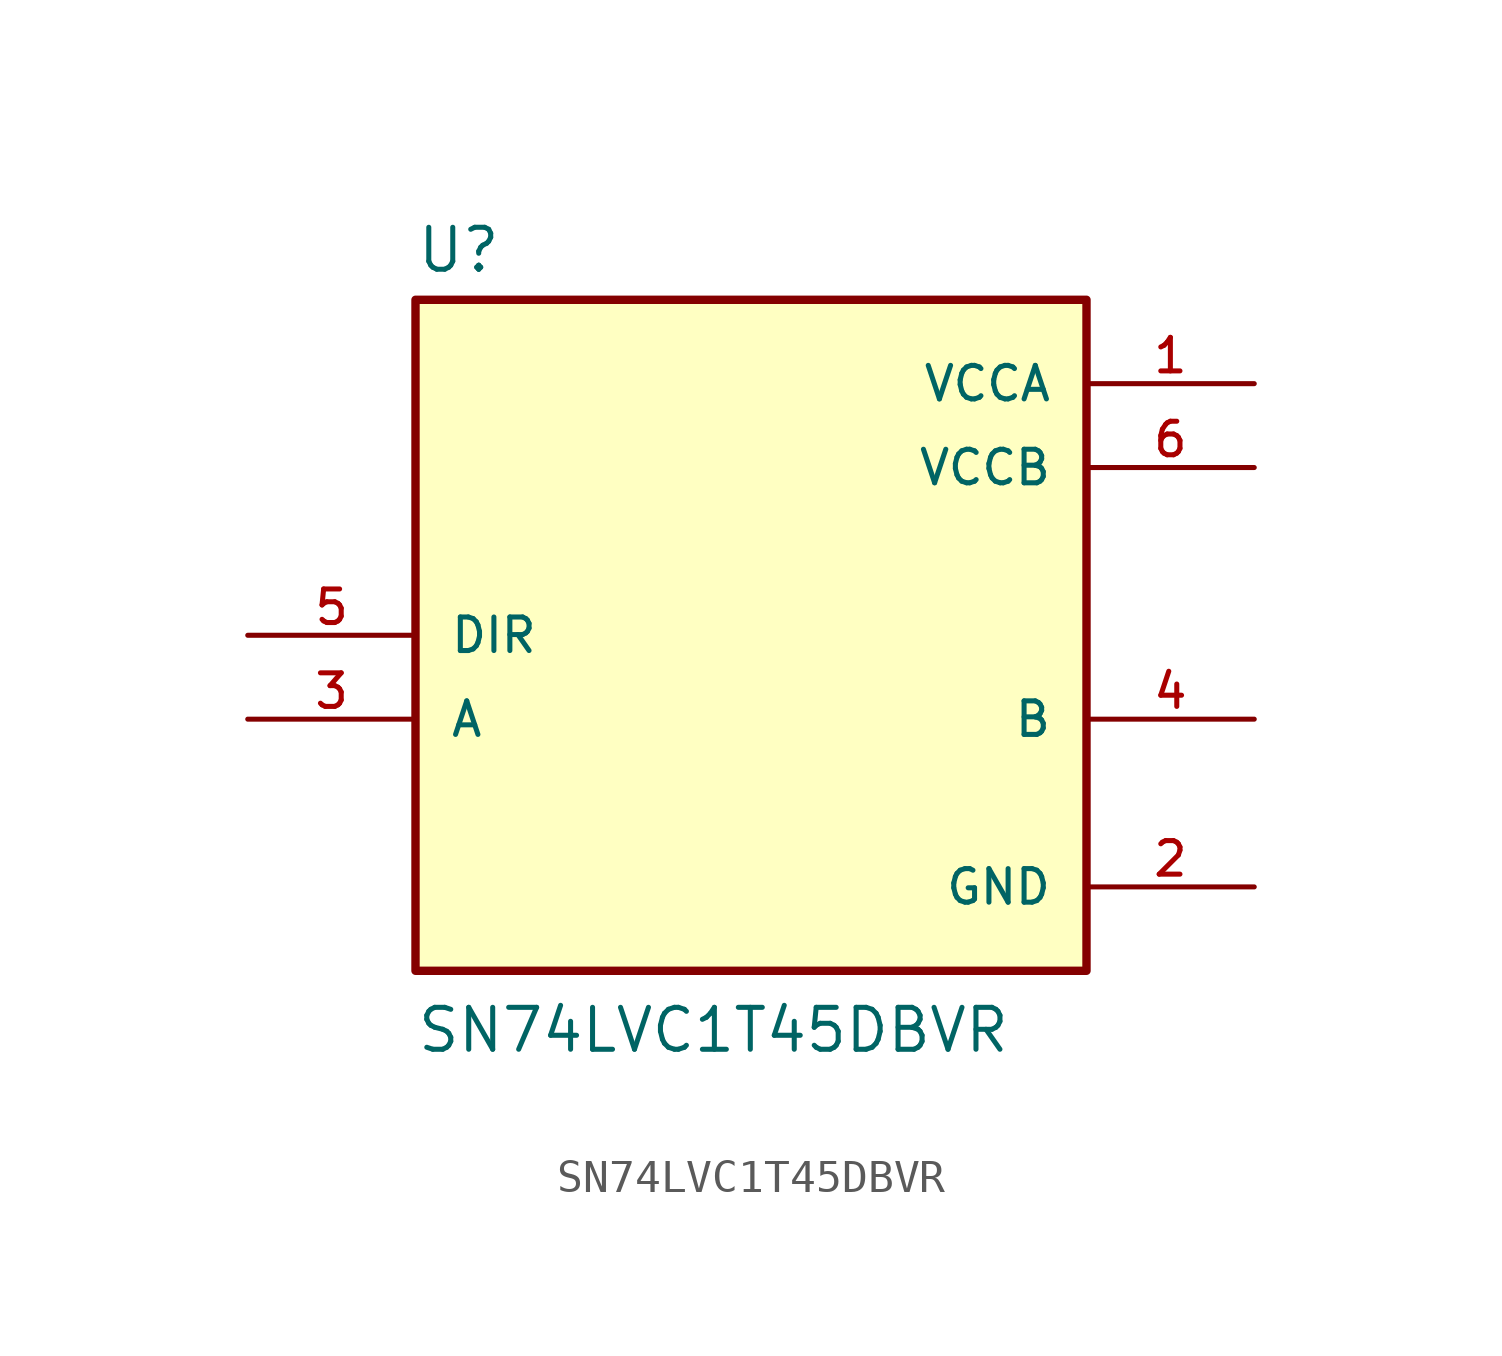
<source format=kicad_sym>
(kicad_symbol_lib
  (version 20211014)
  (generator kicad_symbol_editor)
  (symbol "SN74LVC1T45DBVR"
    (pin_names
      (offset 1.016))
    (property "Reference" "U"
      (at -10.16 10.922 0.0)
      (effects (font (size 1.27 1.27)) (justify bottom left)))
    (property "Value" "SN74LVC1T45DBVR"
      (at -10.16 -12.7 0.0)
      (effects (font (size 1.27 1.27)) (justify bottom left)))
    (symbol "SN74LVC1T45DBVR_0_0"
      (rectangle (start -10.16 -10.16) (end 10.16 10.16) (stroke (width 0.254)) (fill (type background)))
      (pin input line (at -15.24 -2.54 0) (length 5.08) (name "A" (effects (font (size 1.016 1.016)))) (number "3" (effects (font (size 1.016 1.016)))))
      (pin input line (at -15.24 0.0 0) (length 5.08) (name "DIR" (effects (font (size 1.016 1.016)))) (number "5" (effects (font (size 1.016 1.016)))))
      (pin power_in line (at 15.24 7.62 180.0) (length 5.08) (name "VCCA" (effects (font (size 1.016 1.016)))) (number "1" (effects (font (size 1.016 1.016)))))
      (pin power_in line (at 15.24 5.08 180.0) (length 5.08) (name "VCCB" (effects (font (size 1.016 1.016)))) (number "6" (effects (font (size 1.016 1.016)))))
      (pin output line (at 15.24 -2.54 180.0) (length 5.08) (name "B" (effects (font (size 1.016 1.016)))) (number "4" (effects (font (size 1.016 1.016)))))
      (pin power_in line (at 15.24 -7.62 180.0) (length 5.08) (name "GND" (effects (font (size 1.016 1.016)))) (number "2" (effects (font (size 1.016 1.016))))))))
</source>
